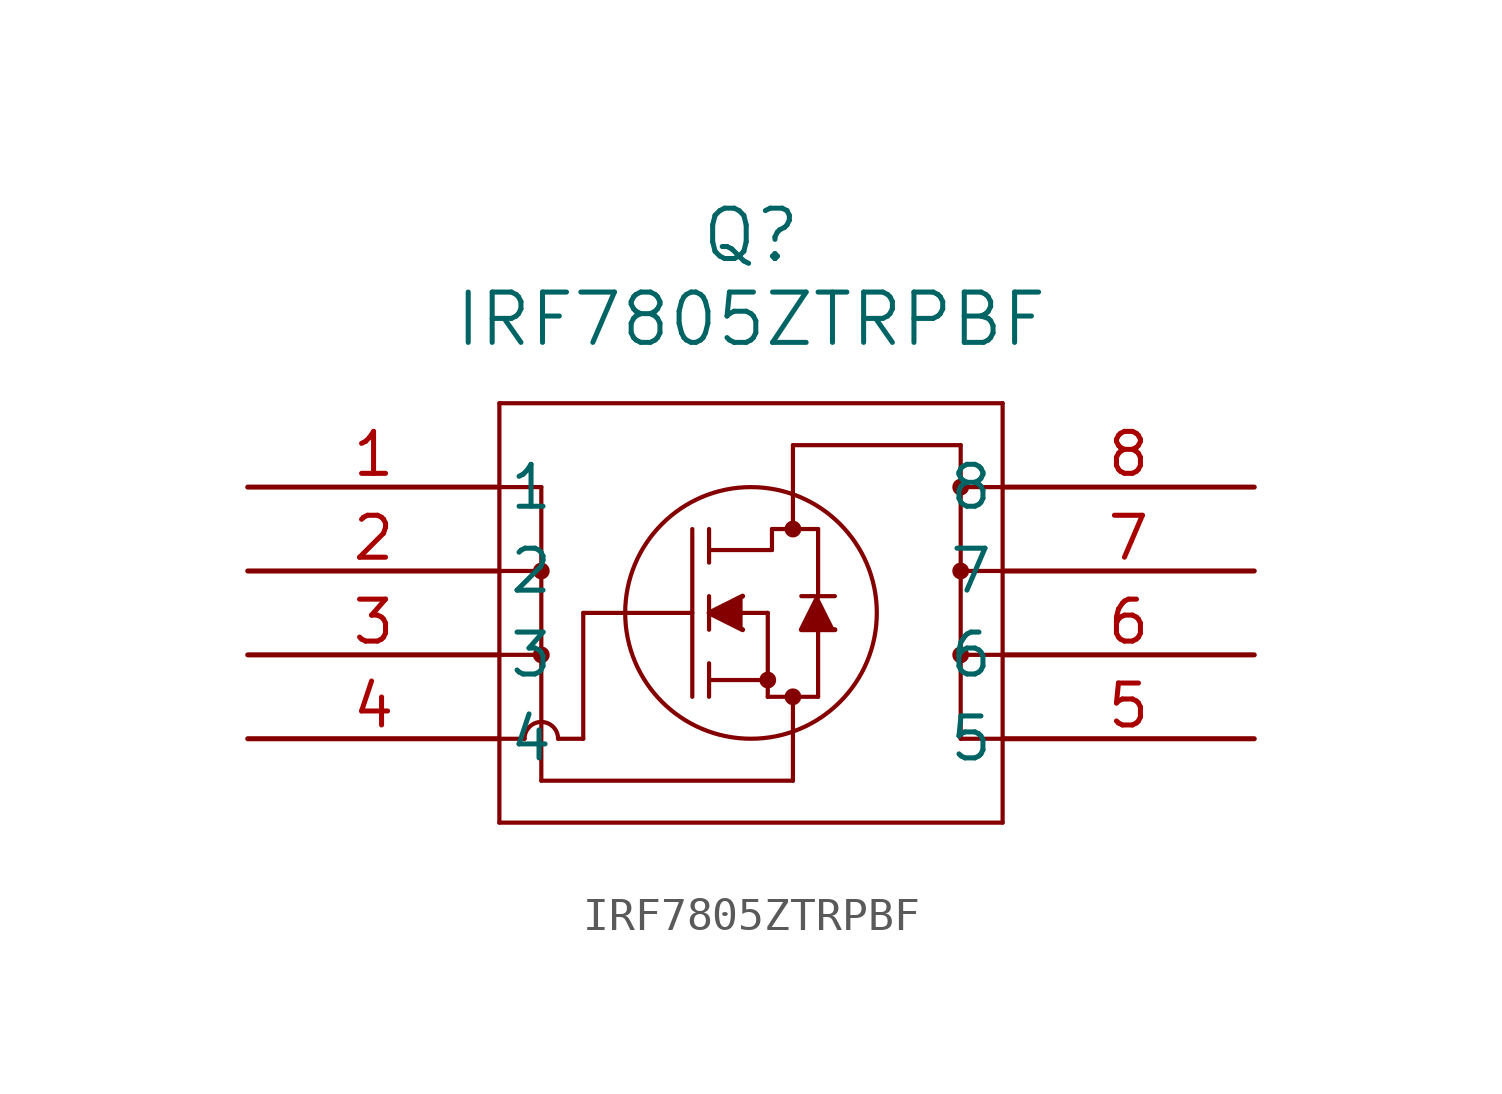
<source format=kicad_sym>
(kicad_symbol_lib
  (version 20211014)
  (generator kicad_symbol_editor)
  (symbol "IRF7805ZTRPBF"
    (pin_names
      (offset 0.254))
    (property "Reference" "Q"
      (at 15.24 7.62 0)
      (effects (font (size 1.524 1.524))))
    (property "Value" "IRF7805ZTRPBF"
      (at 15.24 5.08 0)
      (effects (font (size 1.524 1.524))))
    (symbol "IRF7805ZTRPBF_0_1"
      (polyline (pts (xy 7.62 2.54) (xy 7.62 -10.16)) (stroke (width 0.127) (type default) (color 0 0 0 0)) (fill (type none)))
      (polyline (pts (xy 7.62 -10.16) (xy 22.86 -10.16)) (stroke (width 0.127) (type default) (color 0 0 0 0)) (fill (type none)))
      (polyline (pts (xy 22.86 -10.16) (xy 22.86 2.54)) (stroke (width 0.127) (type default) (color 0 0 0 0)) (fill (type none)))
      (polyline (pts (xy 22.86 2.54) (xy 7.62 2.54)) (stroke (width 0.127) (type default) (color 0 0 0 0)) (fill (type none)))
      (circle (center 16.51 -1.27) (radius 0.127) (stroke (width 0.254) (type default) (color 0 0 0 0)) (fill (type none)))
      (circle (center 16.51 -6.35) (radius 0.127) (stroke (width 0.254) (type default) (color 0 0 0 0)) (fill (type none)))
      (circle (center 15.748 -5.842) (radius 0.127) (stroke (width 0.254) (type default) (color 0 0 0 0)) (fill (type none)))
      (circle (center 15.24 -3.81) (radius 3.81) (stroke (width 0.127) (type default) (color 0 0 0 0)) (fill (type none)))
      (polyline (pts (xy 10.16 -3.81) (xy 13.462 -3.81)) (stroke (width 0.127) (type default) (color 0 0 0 0)) (fill (type none)))
      (polyline (pts (xy 13.462 -6.35) (xy 13.462 -1.27)) (stroke (width 0.127) (type default) (color 0 0 0 0)) (fill (type none)))
      (polyline (pts (xy 13.97 -4.318) (xy 13.97 -3.302)) (stroke (width 0.127) (type default) (color 0 0 0 0)) (fill (type none)))
      (polyline (pts (xy 13.97 -6.35) (xy 13.97 -5.334)) (stroke (width 0.127) (type default) (color 0 0 0 0)) (fill (type none)))
      (polyline (pts (xy 13.97 -2.286) (xy 13.97 -1.27)) (stroke (width 0.127) (type default) (color 0 0 0 0)) (fill (type none)))
      (polyline (pts (xy 14.986 -3.81) (xy 15.748 -3.81)) (stroke (width 0.127) (type default) (color 0 0 0 0)) (fill (type none)))
      (polyline (pts (xy 13.97 -5.842) (xy 15.748 -5.842)) (stroke (width 0.127) (type default) (color 0 0 0 0)) (fill (type none)))
      (polyline (pts (xy 15.748 -6.35) (xy 15.748 -3.81)) (stroke (width 0.127) (type default) (color 0 0 0 0)) (fill (type none)))
      (polyline (pts (xy 15.748 -6.35) (xy 17.272 -6.35)) (stroke (width 0.127) (type default) (color 0 0 0 0)) (fill (type none)))
      (polyline (pts (xy 13.97 -1.905) (xy 15.875 -1.905)) (stroke (width 0.127) (type default) (color 0 0 0 0)) (fill (type none)))
      (polyline (pts (xy 17.272 -3.302) (xy 17.272 -1.27)) (stroke (width 0.127) (type default) (color 0 0 0 0)) (fill (type none)))
      (polyline (pts (xy 17.272 -6.35) (xy 17.272 -4.318)) (stroke (width 0.127) (type default) (color 0 0 0 0)) (fill (type none)))
      (polyline (pts (xy 17.78 -3.302) (xy 16.764 -3.302)) (stroke (width 0.127) (type default) (color 0 0 0 0)) (fill (type none)))
      (polyline (pts (xy 15.875 -1.27) (xy 17.272 -1.27)) (stroke (width 0.127) (type default) (color 0 0 0 0)) (fill (type none)))
      (polyline (pts (xy 15.875 -1.905) (xy 15.875 -1.27)) (stroke (width 0.127) (type default) (color 0 0 0 0)) (fill (type none)))
      (polyline (pts (xy 7.62 -7.62) (xy 8.382 -7.62)) (stroke (width 0.127) (type default) (color 0 0 0 0)) (fill (type none)))
      (polyline (pts (xy 8.89 0) (xy 8.89 -8.89)) (stroke (width 0.127) (type default) (color 0 0 0 0)) (fill (type none)))
      (polyline (pts (xy 7.62 0) (xy 8.89 0)) (stroke (width 0.127) (type default) (color 0 0 0 0)) (fill (type none)))
      (polyline (pts (xy 7.62 -2.54) (xy 8.89 -2.54)) (stroke (width 0.127) (type default) (color 0 0 0 0)) (fill (type none)))
      (polyline (pts (xy 7.62 -5.08) (xy 8.89 -5.08)) (stroke (width 0.127) (type default) (color 0 0 0 0)) (fill (type none)))
      (arc (start 9.398 -7.62) (mid 8.89 -7.112) (end 8.382 -7.62) (stroke (width 0.127) (type default) (color 0 0 0 0)) (fill (type none)))
      (polyline (pts (xy 10.16 -7.62) (xy 9.398 -7.62)) (stroke (width 0.127) (type default) (color 0 0 0 0)) (fill (type none)))
      (polyline (pts (xy 8.89 -8.89) (xy 16.51 -8.89)) (stroke (width 0.127) (type default) (color 0 0 0 0)) (fill (type none)))
      (polyline (pts (xy 16.51 -8.89) (xy 16.51 -6.35)) (stroke (width 0.127) (type default) (color 0 0 0 0)) (fill (type none)))
      (polyline (pts (xy 22.86 -7.62) (xy 21.59 -7.62)) (stroke (width 0.127) (type default) (color 0 0 0 0)) (fill (type none)))
      (polyline (pts (xy 21.59 -7.62) (xy 21.59 1.27)) (stroke (width 0.127) (type default) (color 0 0 0 0)) (fill (type none)))
      (polyline (pts (xy 22.86 -5.08) (xy 21.59 -5.08)) (stroke (width 0.127) (type default) (color 0 0 0 0)) (fill (type none)))
      (polyline (pts (xy 22.86 -2.54) (xy 21.59 -2.54)) (stroke (width 0.127) (type default) (color 0 0 0 0)) (fill (type none)))
      (polyline (pts (xy 21.59 1.27) (xy 16.51 1.27)) (stroke (width 0.127) (type default) (color 0 0 0 0)) (fill (type none)))
      (polyline (pts (xy 16.51 1.27) (xy 16.51 -1.27)) (stroke (width 0.127) (type default) (color 0 0 0 0)) (fill (type none)))
      (circle (center 8.89 -2.54) (radius 0.127) (stroke (width 0.254) (type default) (color 0 0 0 0)) (fill (type none)))
      (circle (center 8.89 -5.08) (radius 0.127) (stroke (width 0.254) (type default) (color 0 0 0 0)) (fill (type none)))
      (polyline (pts (xy 10.16 -3.81) (xy 10.16 -7.62)) (stroke (width 0.127) (type default) (color 0 0 0 0)) (fill (type none)))
      (circle (center 21.59 0) (radius 0.127) (stroke (width 0.254) (type default) (color 0 0 0 0)) (fill (type none)))
      (circle (center 21.59 -2.54) (radius 0.127) (stroke (width 0.254) (type default) (color 0 0 0 0)) (fill (type none)))
      (circle (center 21.59 -5.08) (radius 0.127) (stroke (width 0.254) (type default) (color 0 0 0 0)) (fill (type none)))
      (polyline (pts (xy 14.986 -3.302) (xy 13.97 -3.81) (xy 14.986 -4.318)) (stroke (width 0) (type default) (color 0 0 0 0)) (fill (type outline)))
      (polyline (pts (xy 17.78 -4.318) (xy 16.764 -4.318) (xy 17.272 -3.302)) (stroke (width 0) (type default) (color 0 0 0 0)) (fill (type outline)))
      (polyline (pts (xy 22.86 0) (xy 21.59 0)) (stroke (width 0.127) (type default) (color 0 0 0 0)) (fill (type none)))
      (pin unspecified line (at 0 0 0) (length 7.62) (name "1" (effects (font (size 1.27 1.27)))) (number "1" (effects (font (size 1.27 1.27)))))
      (pin unspecified line (at 0 -2.54 0) (length 7.62) (name "2" (effects (font (size 1.27 1.27)))) (number "2" (effects (font (size 1.27 1.27)))))
      (pin unspecified line (at 0 -5.08 0) (length 7.62) (name "3" (effects (font (size 1.27 1.27)))) (number "3" (effects (font (size 1.27 1.27)))))
      (pin unspecified line (at 0 -7.62 0) (length 7.62) (name "4" (effects (font (size 1.27 1.27)))) (number "4" (effects (font (size 1.27 1.27)))))
      (pin unspecified line (at 30.48 -7.62 180) (length 7.62) (name "5" (effects (font (size 1.27 1.27)))) (number "5" (effects (font (size 1.27 1.27)))))
      (pin unspecified line (at 30.48 -5.08 180) (length 7.62) (name "6" (effects (font (size 1.27 1.27)))) (number "6" (effects (font (size 1.27 1.27)))))
      (pin unspecified line (at 30.48 -2.54 180) (length 7.62) (name "7" (effects (font (size 1.27 1.27)))) (number "7" (effects (font (size 1.27 1.27)))))
      (pin unspecified line (at 30.48 0 180) (length 7.62) (name "8" (effects (font (size 1.27 1.27)))) (number "8" (effects (font (size 1.27 1.27))))))))
</source>
